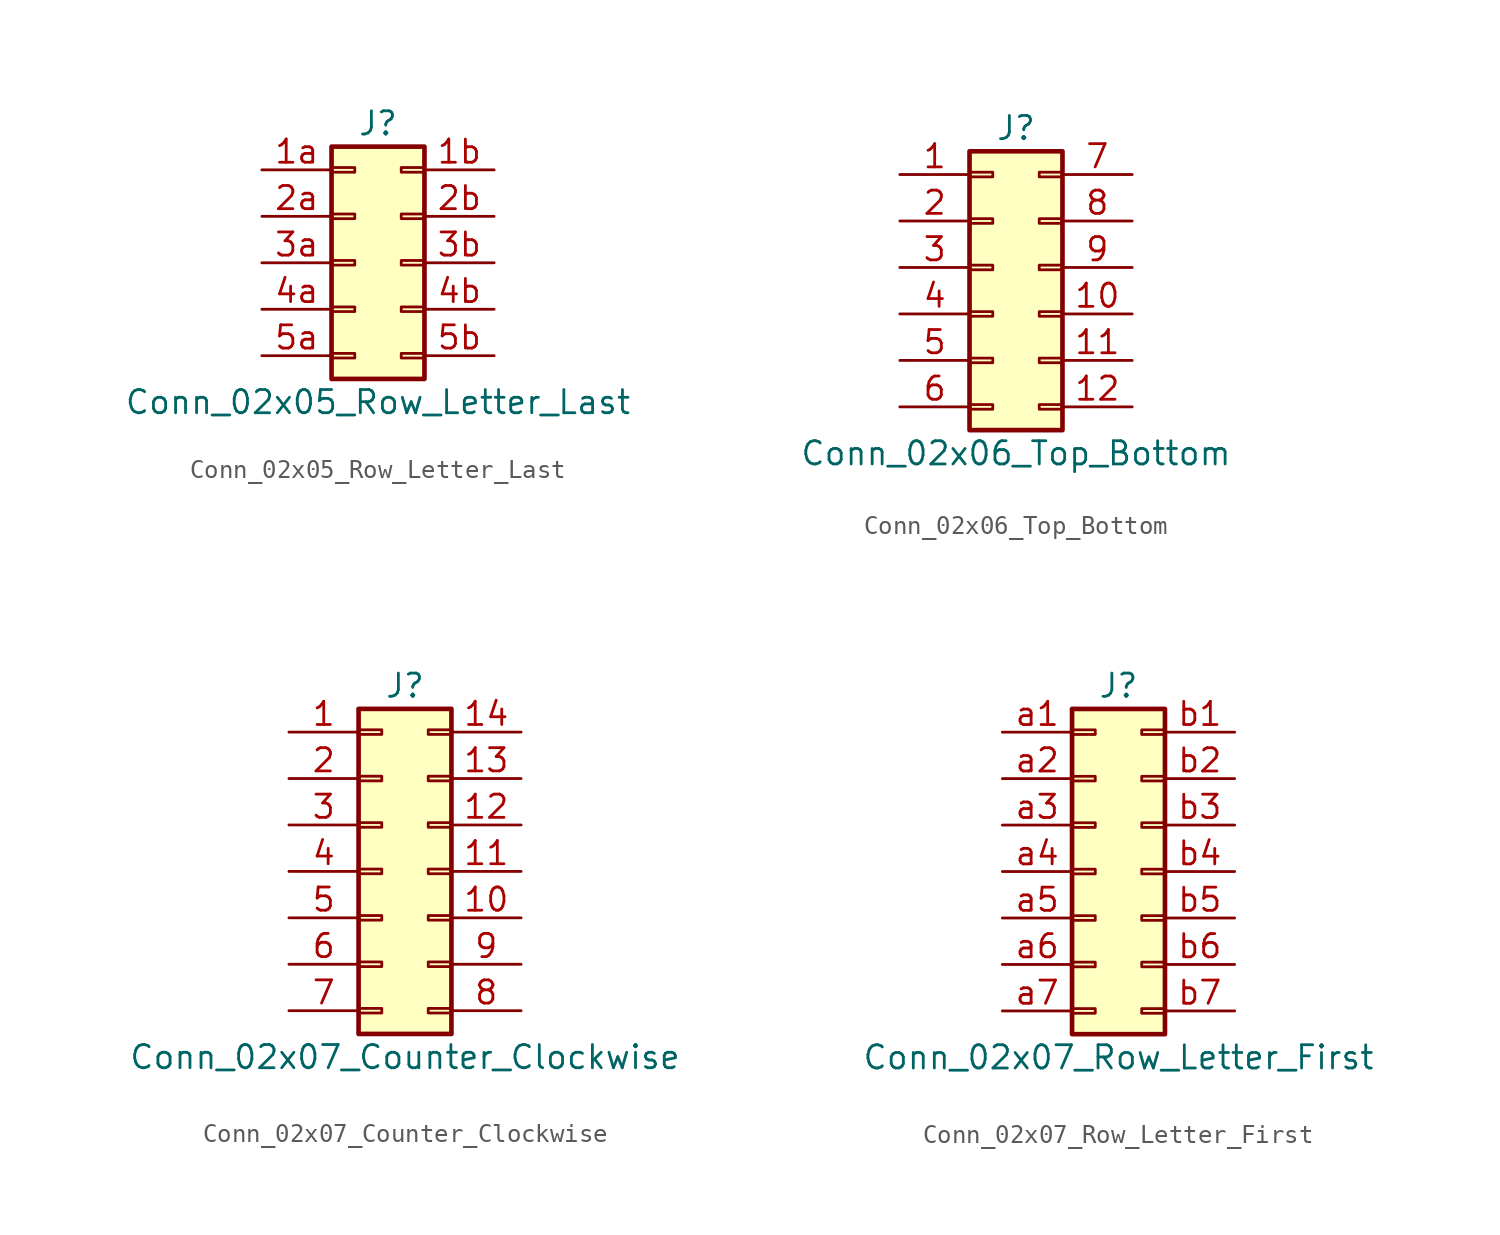
<source format=kicad_sym>
(kicad_symbol_lib
  (version 20201005)
  (generator kicad_symbol_editor)
  (symbol "Connector_Generic:Conn_02x05_Row_Letter_Last"
    (pin_names
      (offset 1.016) hide)
    (property "Reference" "J"
      (at 1.27 7.62 0)
      (effects (font (size 1.27 1.27))))
    (property "Value" "Conn_02x05_Row_Letter_Last"
      (at 1.27 -7.62 0)
      (effects (font (size 1.27 1.27))))
    (symbol "Conn_02x05_Row_Letter_Last_1_1"
      (rectangle (start -1.27 -4.953) (end 0 -5.207) (stroke (width 0.152)) (fill (type none)))
      (rectangle (start -1.27 -2.413) (end 0 -2.667) (stroke (width 0.152)) (fill (type none)))
      (rectangle (start -1.27 2.667) (end 0 2.413) (stroke (width 0.152)) (fill (type none)))
      (rectangle (start -1.27 5.207) (end 0 4.953) (stroke (width 0.152)) (fill (type none)))
      (rectangle (start -1.27 6.35) (end 3.81 -6.35) (stroke (width 0.254)) (fill (type background)))
      (rectangle (start -1.27 0.127) (end 0 -0.127) (stroke (width 0.152)) (fill (type none)))
      (rectangle (start 3.81 -4.953) (end 2.54 -5.207) (stroke (width 0.152)) (fill (type none)))
      (rectangle (start 3.81 -2.413) (end 2.54 -2.667) (stroke (width 0.152)) (fill (type none)))
      (rectangle (start 3.81 2.667) (end 2.54 2.413) (stroke (width 0.152)) (fill (type none)))
      (rectangle (start 3.81 5.207) (end 2.54 4.953) (stroke (width 0.152)) (fill (type none)))
      (rectangle (start 3.81 0.127) (end 2.54 -0.127) (stroke (width 0.152)) (fill (type none)))
      (pin passive line (at -5.08 5.08 0) (length 3.81) (name "Pin_1a" (effects (font (size 1.27 1.27)))) (number "1a" (effects (font (size 1.27 1.27)))))
      (pin passive line (at 7.62 5.08 180) (length 3.81) (name "Pin_1b" (effects (font (size 1.27 1.27)))) (number "1b" (effects (font (size 1.27 1.27)))))
      (pin passive line (at -5.08 2.54 0) (length 3.81) (name "Pin_2a" (effects (font (size 1.27 1.27)))) (number "2a" (effects (font (size 1.27 1.27)))))
      (pin passive line (at 7.62 2.54 180) (length 3.81) (name "Pin_2b" (effects (font (size 1.27 1.27)))) (number "2b" (effects (font (size 1.27 1.27)))))
      (pin passive line (at -5.08 0 0) (length 3.81) (name "Pin_3a" (effects (font (size 1.27 1.27)))) (number "3a" (effects (font (size 1.27 1.27)))))
      (pin passive line (at 7.62 0 180) (length 3.81) (name "Pin_3b" (effects (font (size 1.27 1.27)))) (number "3b" (effects (font (size 1.27 1.27)))))
      (pin passive line (at -5.08 -2.54 0) (length 3.81) (name "Pin_4a" (effects (font (size 1.27 1.27)))) (number "4a" (effects (font (size 1.27 1.27)))))
      (pin passive line (at 7.62 -2.54 180) (length 3.81) (name "Pin_4b" (effects (font (size 1.27 1.27)))) (number "4b" (effects (font (size 1.27 1.27)))))
      (pin passive line (at -5.08 -5.08 0) (length 3.81) (name "Pin_5a" (effects (font (size 1.27 1.27)))) (number "5a" (effects (font (size 1.27 1.27)))))
      (pin passive line (at 7.62 -5.08 180) (length 3.81) (name "Pin_5b" (effects (font (size 1.27 1.27)))) (number "5b" (effects (font (size 1.27 1.27)))))))
  (symbol "Connector_Generic:Conn_02x06_Top_Bottom"
    (pin_names
      (offset 1.016) hide)
    (property "Reference" "J"
      (at 1.27 7.62 0)
      (effects (font (size 1.27 1.27))))
    (property "Value" "Conn_02x06_Top_Bottom"
      (at 1.27 -10.16 0)
      (effects (font (size 1.27 1.27))))
    (symbol "Conn_02x06_Top_Bottom_1_1"
      (rectangle (start -1.27 -4.953) (end 0 -5.207) (stroke (width 0.152)) (fill (type none)))
      (rectangle (start -1.27 -7.493) (end 0 -7.747) (stroke (width 0.152)) (fill (type none)))
      (rectangle (start -1.27 -2.413) (end 0 -2.667) (stroke (width 0.152)) (fill (type none)))
      (rectangle (start -1.27 2.667) (end 0 2.413) (stroke (width 0.152)) (fill (type none)))
      (rectangle (start -1.27 5.207) (end 0 4.953) (stroke (width 0.152)) (fill (type none)))
      (rectangle (start -1.27 6.35) (end 3.81 -8.89) (stroke (width 0.254)) (fill (type background)))
      (rectangle (start -1.27 0.127) (end 0 -0.127) (stroke (width 0.152)) (fill (type none)))
      (rectangle (start 3.81 -4.953) (end 2.54 -5.207) (stroke (width 0.152)) (fill (type none)))
      (rectangle (start 3.81 -7.493) (end 2.54 -7.747) (stroke (width 0.152)) (fill (type none)))
      (rectangle (start 3.81 -2.413) (end 2.54 -2.667) (stroke (width 0.152)) (fill (type none)))
      (rectangle (start 3.81 2.667) (end 2.54 2.413) (stroke (width 0.152)) (fill (type none)))
      (rectangle (start 3.81 5.207) (end 2.54 4.953) (stroke (width 0.152)) (fill (type none)))
      (rectangle (start 3.81 0.127) (end 2.54 -0.127) (stroke (width 0.152)) (fill (type none)))
      (pin passive line (at -5.08 5.08 0) (length 3.81) (name "Pin_1" (effects (font (size 1.27 1.27)))) (number "1" (effects (font (size 1.27 1.27)))))
      (pin passive line (at 7.62 -2.54 180) (length 3.81) (name "Pin_10" (effects (font (size 1.27 1.27)))) (number "10" (effects (font (size 1.27 1.27)))))
      (pin passive line (at 7.62 -5.08 180) (length 3.81) (name "Pin_11" (effects (font (size 1.27 1.27)))) (number "11" (effects (font (size 1.27 1.27)))))
      (pin passive line (at 7.62 -7.62 180) (length 3.81) (name "Pin_12" (effects (font (size 1.27 1.27)))) (number "12" (effects (font (size 1.27 1.27)))))
      (pin passive line (at -5.08 2.54 0) (length 3.81) (name "Pin_2" (effects (font (size 1.27 1.27)))) (number "2" (effects (font (size 1.27 1.27)))))
      (pin passive line (at -5.08 0 0) (length 3.81) (name "Pin_3" (effects (font (size 1.27 1.27)))) (number "3" (effects (font (size 1.27 1.27)))))
      (pin passive line (at -5.08 -2.54 0) (length 3.81) (name "Pin_4" (effects (font (size 1.27 1.27)))) (number "4" (effects (font (size 1.27 1.27)))))
      (pin passive line (at -5.08 -5.08 0) (length 3.81) (name "Pin_5" (effects (font (size 1.27 1.27)))) (number "5" (effects (font (size 1.27 1.27)))))
      (pin passive line (at -5.08 -7.62 0) (length 3.81) (name "Pin_6" (effects (font (size 1.27 1.27)))) (number "6" (effects (font (size 1.27 1.27)))))
      (pin passive line (at 7.62 5.08 180) (length 3.81) (name "Pin_7" (effects (font (size 1.27 1.27)))) (number "7" (effects (font (size 1.27 1.27)))))
      (pin passive line (at 7.62 2.54 180) (length 3.81) (name "Pin_8" (effects (font (size 1.27 1.27)))) (number "8" (effects (font (size 1.27 1.27)))))
      (pin passive line (at 7.62 0 180) (length 3.81) (name "Pin_9" (effects (font (size 1.27 1.27)))) (number "9" (effects (font (size 1.27 1.27)))))))
  (symbol "Connector_Generic:Conn_02x07_Counter_Clockwise"
    (pin_names
      (offset 1.016) hide)
    (property "Reference" "J"
      (at 1.27 10.16 0)
      (effects (font (size 1.27 1.27))))
    (property "Value" "Conn_02x07_Counter_Clockwise"
      (at 1.27 -10.16 0)
      (effects (font (size 1.27 1.27))))
    (symbol "Conn_02x07_Counter_Clockwise_1_1"
      (rectangle (start -1.27 -4.953) (end 0 -5.207) (stroke (width 0.152)) (fill (type none)))
      (rectangle (start -1.27 -7.493) (end 0 -7.747) (stroke (width 0.152)) (fill (type none)))
      (rectangle (start -1.27 -2.413) (end 0 -2.667) (stroke (width 0.152)) (fill (type none)))
      (rectangle (start -1.27 2.667) (end 0 2.413) (stroke (width 0.152)) (fill (type none)))
      (rectangle (start -1.27 5.207) (end 0 4.953) (stroke (width 0.152)) (fill (type none)))
      (rectangle (start -1.27 7.747) (end 0 7.493) (stroke (width 0.152)) (fill (type none)))
      (rectangle (start -1.27 8.89) (end 3.81 -8.89) (stroke (width 0.254)) (fill (type background)))
      (rectangle (start -1.27 0.127) (end 0 -0.127) (stroke (width 0.152)) (fill (type none)))
      (rectangle (start 3.81 -4.953) (end 2.54 -5.207) (stroke (width 0.152)) (fill (type none)))
      (rectangle (start 3.81 -7.493) (end 2.54 -7.747) (stroke (width 0.152)) (fill (type none)))
      (rectangle (start 3.81 -2.413) (end 2.54 -2.667) (stroke (width 0.152)) (fill (type none)))
      (rectangle (start 3.81 2.667) (end 2.54 2.413) (stroke (width 0.152)) (fill (type none)))
      (rectangle (start 3.81 5.207) (end 2.54 4.953) (stroke (width 0.152)) (fill (type none)))
      (rectangle (start 3.81 7.747) (end 2.54 7.493) (stroke (width 0.152)) (fill (type none)))
      (rectangle (start 3.81 0.127) (end 2.54 -0.127) (stroke (width 0.152)) (fill (type none)))
      (pin passive line (at -5.08 7.62 0) (length 3.81) (name "Pin_1" (effects (font (size 1.27 1.27)))) (number "1" (effects (font (size 1.27 1.27)))))
      (pin passive line (at 7.62 -2.54 180) (length 3.81) (name "Pin_10" (effects (font (size 1.27 1.27)))) (number "10" (effects (font (size 1.27 1.27)))))
      (pin passive line (at 7.62 0 180) (length 3.81) (name "Pin_11" (effects (font (size 1.27 1.27)))) (number "11" (effects (font (size 1.27 1.27)))))
      (pin passive line (at 7.62 2.54 180) (length 3.81) (name "Pin_12" (effects (font (size 1.27 1.27)))) (number "12" (effects (font (size 1.27 1.27)))))
      (pin passive line (at 7.62 5.08 180) (length 3.81) (name "Pin_13" (effects (font (size 1.27 1.27)))) (number "13" (effects (font (size 1.27 1.27)))))
      (pin passive line (at 7.62 7.62 180) (length 3.81) (name "Pin_14" (effects (font (size 1.27 1.27)))) (number "14" (effects (font (size 1.27 1.27)))))
      (pin passive line (at -5.08 5.08 0) (length 3.81) (name "Pin_2" (effects (font (size 1.27 1.27)))) (number "2" (effects (font (size 1.27 1.27)))))
      (pin passive line (at -5.08 2.54 0) (length 3.81) (name "Pin_3" (effects (font (size 1.27 1.27)))) (number "3" (effects (font (size 1.27 1.27)))))
      (pin passive line (at -5.08 0 0) (length 3.81) (name "Pin_4" (effects (font (size 1.27 1.27)))) (number "4" (effects (font (size 1.27 1.27)))))
      (pin passive line (at -5.08 -2.54 0) (length 3.81) (name "Pin_5" (effects (font (size 1.27 1.27)))) (number "5" (effects (font (size 1.27 1.27)))))
      (pin passive line (at -5.08 -5.08 0) (length 3.81) (name "Pin_6" (effects (font (size 1.27 1.27)))) (number "6" (effects (font (size 1.27 1.27)))))
      (pin passive line (at -5.08 -7.62 0) (length 3.81) (name "Pin_7" (effects (font (size 1.27 1.27)))) (number "7" (effects (font (size 1.27 1.27)))))
      (pin passive line (at 7.62 -7.62 180) (length 3.81) (name "Pin_8" (effects (font (size 1.27 1.27)))) (number "8" (effects (font (size 1.27 1.27)))))
      (pin passive line (at 7.62 -5.08 180) (length 3.81) (name "Pin_9" (effects (font (size 1.27 1.27)))) (number "9" (effects (font (size 1.27 1.27)))))))
  (symbol "Connector_Generic:Conn_02x07_Row_Letter_First"
    (pin_names
      (offset 1.016) hide)
    (property "Reference" "J"
      (at 1.27 10.16 0)
      (effects (font (size 1.27 1.27))))
    (property "Value" "Conn_02x07_Row_Letter_First"
      (at 1.27 -10.16 0)
      (effects (font (size 1.27 1.27))))
    (symbol "Conn_02x07_Row_Letter_First_1_1"
      (rectangle (start -1.27 -4.953) (end 0 -5.207) (stroke (width 0.152)) (fill (type none)))
      (rectangle (start -1.27 -7.493) (end 0 -7.747) (stroke (width 0.152)) (fill (type none)))
      (rectangle (start -1.27 -2.413) (end 0 -2.667) (stroke (width 0.152)) (fill (type none)))
      (rectangle (start -1.27 2.667) (end 0 2.413) (stroke (width 0.152)) (fill (type none)))
      (rectangle (start -1.27 5.207) (end 0 4.953) (stroke (width 0.152)) (fill (type none)))
      (rectangle (start -1.27 7.747) (end 0 7.493) (stroke (width 0.152)) (fill (type none)))
      (rectangle (start -1.27 8.89) (end 3.81 -8.89) (stroke (width 0.254)) (fill (type background)))
      (rectangle (start -1.27 0.127) (end 0 -0.127) (stroke (width 0.152)) (fill (type none)))
      (rectangle (start 3.81 -4.953) (end 2.54 -5.207) (stroke (width 0.152)) (fill (type none)))
      (rectangle (start 3.81 -7.493) (end 2.54 -7.747) (stroke (width 0.152)) (fill (type none)))
      (rectangle (start 3.81 -2.413) (end 2.54 -2.667) (stroke (width 0.152)) (fill (type none)))
      (rectangle (start 3.81 2.667) (end 2.54 2.413) (stroke (width 0.152)) (fill (type none)))
      (rectangle (start 3.81 5.207) (end 2.54 4.953) (stroke (width 0.152)) (fill (type none)))
      (rectangle (start 3.81 7.747) (end 2.54 7.493) (stroke (width 0.152)) (fill (type none)))
      (rectangle (start 3.81 0.127) (end 2.54 -0.127) (stroke (width 0.152)) (fill (type none)))
      (pin passive line (at -5.08 7.62 0) (length 3.81) (name "Pin_a1" (effects (font (size 1.27 1.27)))) (number "a1" (effects (font (size 1.27 1.27)))))
      (pin passive line (at -5.08 5.08 0) (length 3.81) (name "Pin_a2" (effects (font (size 1.27 1.27)))) (number "a2" (effects (font (size 1.27 1.27)))))
      (pin passive line (at -5.08 2.54 0) (length 3.81) (name "Pin_a3" (effects (font (size 1.27 1.27)))) (number "a3" (effects (font (size 1.27 1.27)))))
      (pin passive line (at -5.08 0 0) (length 3.81) (name "Pin_a4" (effects (font (size 1.27 1.27)))) (number "a4" (effects (font (size 1.27 1.27)))))
      (pin passive line (at -5.08 -2.54 0) (length 3.81) (name "Pin_a5" (effects (font (size 1.27 1.27)))) (number "a5" (effects (font (size 1.27 1.27)))))
      (pin passive line (at -5.08 -5.08 0) (length 3.81) (name "Pin_a6" (effects (font (size 1.27 1.27)))) (number "a6" (effects (font (size 1.27 1.27)))))
      (pin passive line (at -5.08 -7.62 0) (length 3.81) (name "Pin_a7" (effects (font (size 1.27 1.27)))) (number "a7" (effects (font (size 1.27 1.27)))))
      (pin passive line (at 7.62 7.62 180) (length 3.81) (name "Pin_b1" (effects (font (size 1.27 1.27)))) (number "b1" (effects (font (size 1.27 1.27)))))
      (pin passive line (at 7.62 5.08 180) (length 3.81) (name "Pin_b2" (effects (font (size 1.27 1.27)))) (number "b2" (effects (font (size 1.27 1.27)))))
      (pin passive line (at 7.62 2.54 180) (length 3.81) (name "Pin_b3" (effects (font (size 1.27 1.27)))) (number "b3" (effects (font (size 1.27 1.27)))))
      (pin passive line (at 7.62 0 180) (length 3.81) (name "Pin_b4" (effects (font (size 1.27 1.27)))) (number "b4" (effects (font (size 1.27 1.27)))))
      (pin passive line (at 7.62 -2.54 180) (length 3.81) (name "Pin_b5" (effects (font (size 1.27 1.27)))) (number "b5" (effects (font (size 1.27 1.27)))))
      (pin passive line (at 7.62 -5.08 180) (length 3.81) (name "Pin_b6" (effects (font (size 1.27 1.27)))) (number "b6" (effects (font (size 1.27 1.27)))))
      (pin passive line (at 7.62 -7.62 180) (length 3.81) (name "Pin_b7" (effects (font (size 1.27 1.27)))) (number "b7" (effects (font (size 1.27 1.27))))))))
</source>
